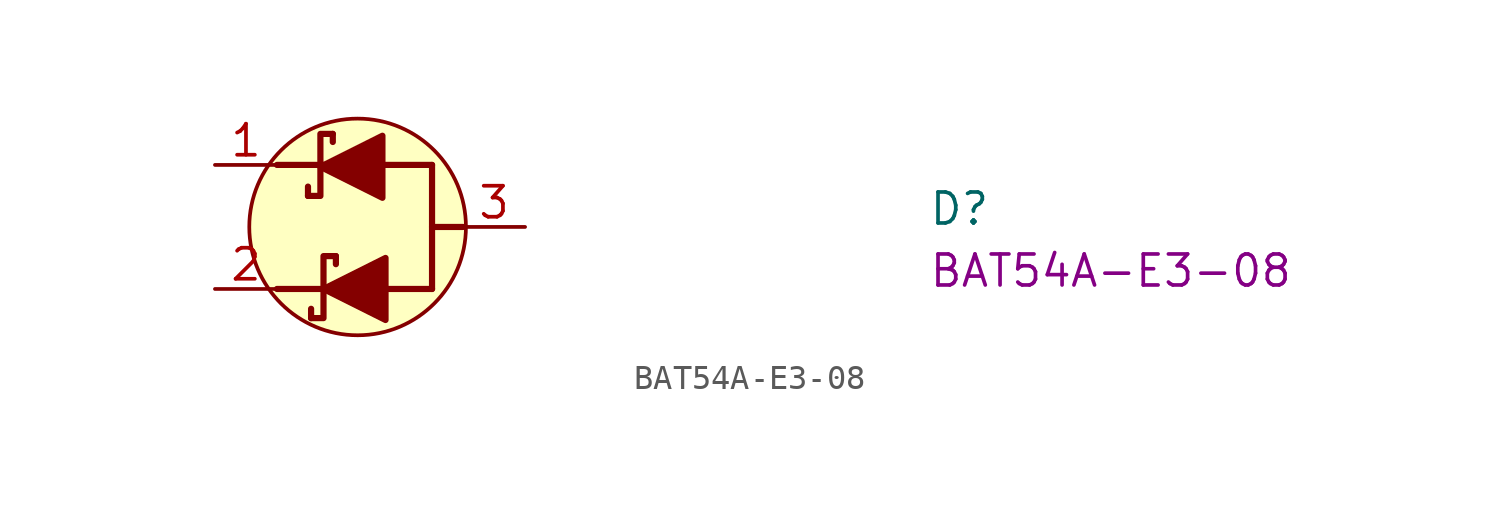
<source format=kicad_sym>
(kicad_symbol_lib
  (version 20220914)
  (generator kicad_symbol_editor)
  (symbol "BAT54A-E3-08"
    (pin_names hide)
    (property "Reference" "D"
      (at 29.21 -2.54 0)
      (effects (font (size 1.27 1.27) (thickness 0.15)) (justify left bottom)))
    (property "MPN" "BAT54A-E3-08"
      (at 29.21 -5.08 0)
      (effects (font (size 1.27 1.27) (thickness 0.15)) (justify left bottom)))
    (symbol "BAT54A-E3-08_0_1"
      (circle (center 5.842 -2.54) (radius 4.436) (stroke (width 0) (type default)) (fill (type background))))
    (symbol "BAT54A-E3-08_1_1"
      (polyline (pts (xy 2.54 0) (xy 8.89 0)) (stroke (width 0.254) (type default)) (fill (type none)))
      (polyline (pts (xy 3.81 -1.27) (xy 3.81 -0.889)) (stroke (width 0.254) (type default)) (fill (type none)))
      (polyline (pts (xy 3.937 -6.274) (xy 3.937 -5.893)) (stroke (width 0.254) (type default)) (fill (type none)))
      (polyline (pts (xy 4.826 0.94) (xy 4.826 1.27)) (stroke (width 0.254) (type default)) (fill (type none)))
      (polyline (pts (xy 4.953 -4.064) (xy 4.953 -3.734)) (stroke (width 0.254) (type default)) (fill (type none)))
      (polyline (pts (xy 8.89 -5.08) (xy 2.54 -5.08)) (stroke (width 0.254) (type default)) (fill (type none)))
      (polyline (pts (xy 8.89 -2.54) (xy 10.16 -2.54)) (stroke (width 0.254) (type default)) (fill (type none)))
      (polyline (pts (xy 8.89 0) (xy 8.89 -5.08)) (stroke (width 0.254) (type default)) (fill (type none)))
      (polyline (pts (xy 3.81 -1.27) (xy 4.318 -1.27) (xy 4.318 1.27) (xy 4.826 1.27)) (stroke (width 0.254) (type default)) (fill (type none)))
      (polyline (pts (xy 3.937 -6.274) (xy 4.445 -6.274) (xy 4.445 -3.734) (xy 4.953 -3.734)) (stroke (width 0.254) (type default)) (fill (type none)))
      (polyline (pts (xy 6.858 -1.346) (xy 6.858 1.194) (xy 4.318 -0.076) (xy 6.858 -1.346)) (stroke (width 0.254) (type default)) (fill (type outline)))
      (polyline (pts (xy 6.985 -6.35) (xy 6.985 -3.81) (xy 4.445 -5.08) (xy 6.985 -6.35)) (stroke (width 0.254) (type default)) (fill (type outline)))
      (pin passive line (at 0 0 0) (length 2.54) (name "1" (effects (font (size 1.27 1.27)))) (number "1" (effects (font (size 1.27 1.27)))))
      (pin passive line (at 0 -5.08 0) (length 2.54) (name "2" (effects (font (size 1.27 1.27)))) (number "2" (effects (font (size 1.27 1.27)))))
      (pin passive line (at 12.7 -2.54 180) (length 2.54) (name "3" (effects (font (size 1.27 1.27)))) (number "3" (effects (font (size 1.27 1.27))))))))
</source>
